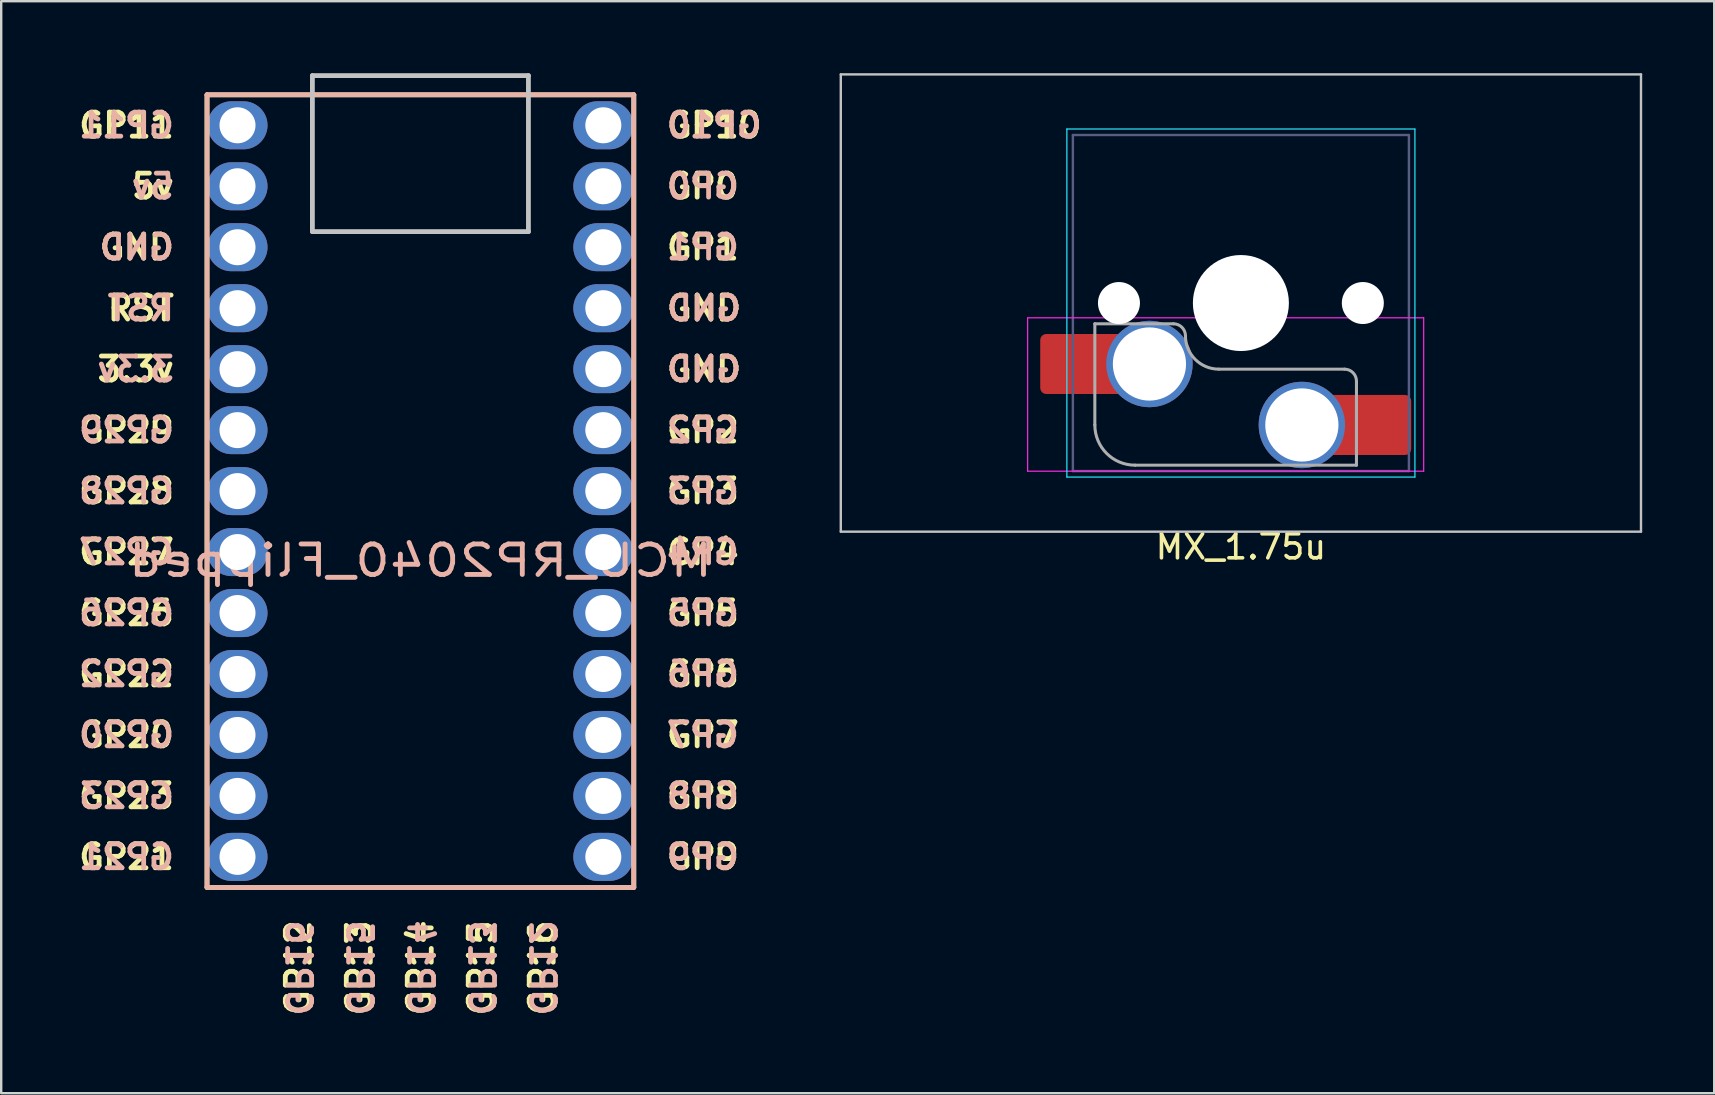
<source format=kicad_pcb>
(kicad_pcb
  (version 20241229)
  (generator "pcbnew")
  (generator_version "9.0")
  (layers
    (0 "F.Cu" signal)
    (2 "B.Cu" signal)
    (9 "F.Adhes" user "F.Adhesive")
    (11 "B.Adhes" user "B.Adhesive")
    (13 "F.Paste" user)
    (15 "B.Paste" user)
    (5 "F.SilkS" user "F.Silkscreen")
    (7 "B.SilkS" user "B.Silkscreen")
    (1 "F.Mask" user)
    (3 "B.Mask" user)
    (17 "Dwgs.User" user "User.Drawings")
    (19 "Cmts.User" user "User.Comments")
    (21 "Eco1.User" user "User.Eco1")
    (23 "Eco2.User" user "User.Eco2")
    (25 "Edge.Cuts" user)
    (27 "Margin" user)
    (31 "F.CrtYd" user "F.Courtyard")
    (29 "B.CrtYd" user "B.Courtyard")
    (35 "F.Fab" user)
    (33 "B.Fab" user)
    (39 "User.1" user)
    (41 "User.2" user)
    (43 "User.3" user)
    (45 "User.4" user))
  (footprint "MCU_RP2040_Flipped"
    (layer "F.Cu")
    (at 14.465 18.68)
    (property "Reference" "MCU_RP2040_Flipped" (at 0 1.625 0) (layer "B.SilkS") (effects (font (size 1.27 1.524) (thickness 0.203)) (justify mirror)))
    (attr through_hole)
    (fp_line (start -8.89 -17.78) (end -8.89 15.24) (stroke (width 0.2) (type solid)) (layer "F.SilkS"))
    (fp_line (start -8.89 15.24) (end 8.89 15.24) (stroke (width 0.2) (type solid)) (layer "F.SilkS"))
    (fp_line (start 8.89 -17.78) (end -8.89 -17.78) (stroke (width 0.2) (type solid)) (layer "F.SilkS"))
    (fp_line (start 8.89 15.24) (end 8.89 -17.78) (stroke (width 0.2) (type solid)) (layer "F.SilkS"))
    (fp_line (start -8.89 -17.78) (end -8.89 15.24) (stroke (width 0.2) (type solid)) (layer "B.SilkS"))
    (fp_line (start -8.89 15.24) (end 8.89 15.24) (stroke (width 0.2) (type solid)) (layer "B.SilkS"))
    (fp_line (start 8.89 -17.78) (end -8.89 -17.78) (stroke (width 0.2) (type solid)) (layer "B.SilkS"))
    (fp_line (start 8.89 15.24) (end 8.89 -17.78) (stroke (width 0.2) (type solid)) (layer "B.SilkS"))
    (fp_line (start -4.5 -18.58) (end -4.5 -12.08) (stroke (width 0.2) (type default)) (layer "Dwgs.User"))
    (fp_line (start -4.5 -18.58) (end 4.5 -18.58) (stroke (width 0.2) (type default)) (layer "Dwgs.User"))
    (fp_line (start -4.5 -12.08) (end 4.5 -12.08) (stroke (width 0.2) (type default)) (layer "Dwgs.User"))
    (fp_line (start 4.5 -18.58) (end 4.5 -12.08) (stroke (width 0.2) (type default)) (layer "Dwgs.User"))
    (fp_text user "GP2" (at 10.16 -3.81 0) (unlocked yes) (layer "F.SilkS") (effects (font (size 1 1) (thickness 0.2) (bold yes)) (justify left)))
    (fp_text user "GP10" (at 10.16 -16.51 0) (unlocked yes) (layer "F.SilkS") (effects (font (size 1 1) (thickness 0.2) (bold yes)) (justify left)))
    (fp_text user "GP3" (at 10.16 -1.27 0) (unlocked yes) (layer "F.SilkS") (effects (font (size 1 1) (thickness 0.2) (bold yes)) (justify left)))
    (fp_text user "GP20" (at -10.16 8.89 0) (unlocked yes) (layer "F.SilkS") (effects (font (size 1 1) (thickness 0.2) (bold yes)) (justify right)))
    (fp_text user "GP12" (at -5.08 16.51 90) (unlocked yes) (layer "F.SilkS") (effects (font (size 1 1) (thickness 0.2) (bold yes)) (justify right)))
    (fp_text user "GP26" (at -10.16 3.81 0) (unlocked yes) (layer "F.SilkS") (effects (font (size 1 1) (thickness 0.2) (bold yes)) (justify right)))
    (fp_text user "GP15" (at 2.54 16.51 90) (unlocked yes) (layer "F.SilkS") (effects (font (size 1 1) (thickness 0.2) (bold yes)) (justify right)))
    (fp_text user "GP9" (at 10.16 13.97 0) (unlocked yes) (layer "F.SilkS") (effects (font (size 1 1) (thickness 0.2) (bold yes)) (justify left)))
    (fp_text user "GP7" (at 10.16 8.89 0) (unlocked yes) (layer "F.SilkS") (effects (font (size 1 1) (thickness 0.2) (bold yes)) (justify left)))
    (fp_text user "GP28" (at -10.16 -1.27 0) (unlocked yes) (layer "F.SilkS") (effects (font (size 1 1) (thickness 0.2) (bold yes)) (justify right)))
    (fp_text user "GP0" (at 10.16 -13.97 0) (unlocked yes) (layer "F.SilkS") (effects (font (size 1 1) (thickness 0.2) (bold yes)) (justify left)))
    (fp_text user "GP8" (at 10.16 11.43 0) (unlocked yes) (layer "F.SilkS") (effects (font (size 1 1) (thickness 0.2) (bold yes)) (justify left)))
    (fp_text user "3.3v" (at -10.16 -6.35 0) (unlocked yes) (layer "F.SilkS") (effects (font (size 1 1) (thickness 0.2) (bold yes)) (justify right)))
    (fp_text user "5v" (at -10.16 -13.97 0) (unlocked yes) (layer "F.SilkS") (effects (font (size 1 1) (thickness 0.2) (bold yes)) (justify right)))
    (fp_text user "GND" (at 10.16 -8.89 0) (unlocked yes) (layer "F.SilkS") (effects (font (size 1 1) (thickness 0.2) (bold yes)) (justify left)))
    (fp_text user "GP14" (at 0 16.51 90) (unlocked yes) (layer "F.SilkS") (effects (font (size 1 1) (thickness 0.2) (bold yes)) (justify right)))
    (fp_text user "GP16" (at 5.08 16.51 90) (unlocked yes) (layer "F.SilkS") (effects (font (size 1 1) (thickness 0.2) (bold yes)) (justify right)))
    (fp_text user "RST" (at -10.16 -8.89 0) (unlocked yes) (layer "F.SilkS") (effects (font (size 1 1) (thickness 0.2) (bold yes)) (justify right)))
    (fp_text user "GP29" (at -10.16 -3.81 0) (unlocked yes) (layer "F.SilkS") (effects (font (size 1 1) (thickness 0.2) (bold yes)) (justify right)))
    (fp_text user "GP23" (at -10.16 11.43 0) (unlocked yes) (layer "F.SilkS") (effects (font (size 1 1) (thickness 0.2) (bold yes)) (justify right)))
    (fp_text user "GP13" (at -2.54 16.51 90) (unlocked yes) (layer "F.SilkS") (effects (font (size 1 1) (thickness 0.2) (bold yes)) (justify right)))
    (fp_text user "GP21" (at -10.16 13.97 0) (unlocked yes) (layer "F.SilkS") (effects (font (size 1 1) (thickness 0.2) (bold yes)) (justify right)))
    (fp_text user "GP6" (at 10.16 6.35 0) (unlocked yes) (layer "F.SilkS") (effects (font (size 1 1) (thickness 0.2) (bold yes)) (justify left)))
    (fp_text user "GP1" (at 10.16 -11.43 0) (unlocked yes) (layer "F.SilkS") (effects (font (size 1 1) (thickness 0.2) (bold yes)) (justify left)))
    (fp_text user "GP22" (at -10.16 6.35 0) (unlocked yes) (layer "F.SilkS") (effects (font (size 1 1) (thickness 0.2) (bold yes)) (justify right)))
    (fp_text user "GP4" (at 10.16 1.27 0) (unlocked yes) (layer "F.SilkS") (effects (font (size 1 1) (thickness 0.2) (bold yes)) (justify left)))
    (fp_text user "GP27" (at -10.16 1.27 0) (unlocked yes) (layer "F.SilkS") (effects (font (size 1 1) (thickness 0.2) (bold yes)) (justify right)))
    (fp_text user "GP11" (at -10.16 -16.51 0) (unlocked yes) (layer "F.SilkS") (effects (font (size 1 1) (thickness 0.2) (bold yes)) (justify right)))
    (fp_text user "GND" (at 10.16 -6.35 0) (unlocked yes) (layer "F.SilkS") (effects (font (size 1 1) (thickness 0.2) (bold yes)) (justify left)))
    (fp_text user "GP5" (at 10.16 3.81 0) (unlocked yes) (layer "F.SilkS") (effects (font (size 1 1) (thickness 0.2) (bold yes)) (justify left)))
    (fp_text user "GND" (at -10.16 -11.43 0) (unlocked yes) (layer "F.SilkS") (effects (font (size 1 1) (thickness 0.2) (bold yes)) (justify right)))
    (fp_text user "GP7" (at 10.16 8.89 0) (unlocked yes) (layer "B.SilkS") (effects (font (size 1 1) (thickness 0.2) (bold yes)) (justify right mirror)))
    (fp_text user "GP0" (at 10.16 -13.97 0) (unlocked yes) (layer "B.SilkS") (effects (font (size 1 1) (thickness 0.2) (bold yes)) (justify right mirror)))
    (fp_text user "5v" (at -10.16 -13.97 0) (unlocked yes) (layer "B.SilkS") (effects (font (size 1 1) (thickness 0.2) (bold yes)) (justify left mirror)))
    (fp_text user "GP13" (at 2.54 16.51 270) (unlocked yes) (layer "B.SilkS") (effects (font (size 1 1) (thickness 0.2) (bold yes)) (justify right mirror)))
    (fp_text user "GP16" (at -5.08 16.51 270) (unlocked yes) (layer "B.SilkS") (effects (font (size 1 1) (thickness 0.2) (bold yes)) (justify right mirror)))
    (fp_text user "GP28" (at -10.16 -1.27 0) (unlocked yes) (layer "B.SilkS") (effects (font (size 1 1) (thickness 0.2) (bold yes)) (justify left mirror)))
    (fp_text user "GND" (at -10.16 -11.43 0) (unlocked yes) (layer "B.SilkS") (effects (font (size 1 1) (thickness 0.2) (bold yes)) (justify left mirror)))
    (fp_text user "GP3" (at 10.16 -1.27 0) (unlocked yes) (layer "B.SilkS") (effects (font (size 1 1) (thickness 0.2) (bold yes)) (justify right mirror)))
    (fp_text user "GP10" (at 10.16 -16.51 0) (unlocked yes) (layer "B.SilkS") (effects (font (size 1 1) (thickness 0.2) (bold yes)) (justify right mirror)))
    (fp_text user "GP21" (at -10.16 13.97 0) (unlocked yes) (layer "B.SilkS") (effects (font (size 1 1) (thickness 0.2) (bold yes)) (justify left mirror)))
    (fp_text user "GP15" (at -2.54 16.51 270) (unlocked yes) (layer "B.SilkS") (effects (font (size 1 1) (thickness 0.2) (bold yes)) (justify right mirror)))
    (fp_text user "GND" (at 10.16 -6.35 0) (unlocked yes) (layer "B.SilkS") (effects (font (size 1 1) (thickness 0.2) (bold yes)) (justify right mirror)))
    (fp_text user "GP22" (at -10.16 6.35 0) (unlocked yes) (layer "B.SilkS") (effects (font (size 1 1) (thickness 0.2) (bold yes)) (justify left mirror)))
    (fp_text user "GP23" (at -10.16 11.43 0) (unlocked yes) (layer "B.SilkS") (effects (font (size 1 1) (thickness 0.2) (bold yes)) (justify left mirror)))
    (fp_text user "GP11" (at -10.16 -16.51 0) (unlocked yes) (layer "B.SilkS") (effects (font (size 1 1) (thickness 0.2) (bold yes)) (justify left mirror)))
    (fp_text user "3.3v" (at -10.16 -6.35 0) (unlocked yes) (layer "B.SilkS") (effects (font (size 1 1) (thickness 0.2) (bold yes)) (justify left mirror)))
    (fp_text user "GP8" (at 10.16 11.43 0) (unlocked yes) (layer "B.SilkS") (effects (font (size 1 1) (thickness 0.2) (bold yes)) (justify right mirror)))
    (fp_text user "GP14" (at 0 16.51 270) (unlocked yes) (layer "B.SilkS") (effects (font (size 1 1) (thickness 0.2) (bold yes)) (justify right mirror)))
    (fp_text user "GP27" (at -10.16 1.27 0) (unlocked yes) (layer "B.SilkS") (effects (font (size 1 1) (thickness 0.2) (bold yes)) (justify left mirror)))
    (fp_text user "GP12" (at 5.08 16.51 270) (unlocked yes) (layer "B.SilkS") (effects (font (size 1 1) (thickness 0.2) (bold yes)) (justify right mirror)))
    (fp_text user "GND" (at 10.16 -8.89 0) (unlocked yes) (layer "B.SilkS") (effects (font (size 1 1) (thickness 0.2) (bold yes)) (justify right mirror)))
    (fp_text user "GP29" (at -10.16 -3.81 0) (unlocked yes) (layer "B.SilkS") (effects (font (size 1 1) (thickness 0.2) (bold yes)) (justify left mirror)))
    (fp_text user "GP1" (at 10.16 -11.43 0) (unlocked yes) (layer "B.SilkS") (effects (font (size 1 1) (thickness 0.2) (bold yes)) (justify right mirror)))
    (fp_text user "RST" (at -10.16 -8.89 0) (unlocked yes) (layer "B.SilkS") (effects (font (size 1 1) (thickness 0.2) (bold yes)) (justify left mirror)))
    (fp_text user "GP20" (at -10.16 8.89 0) (unlocked yes) (layer "B.SilkS") (effects (font (size 1 1) (thickness 0.2) (bold yes)) (justify left mirror)))
    (fp_text user "GP2" (at 10.16 -3.81 0) (unlocked yes) (layer "B.SilkS") (effects (font (size 1 1) (thickness 0.2) (bold yes)) (justify right mirror)))
    (fp_text user "GP5" (at 10.16 3.81 0) (unlocked yes) (layer "B.SilkS") (effects (font (size 1 1) (thickness 0.2) (bold yes)) (justify right mirror)))
    (fp_text user "GP4" (at 10.16 1.27 0) (unlocked yes) (layer "B.SilkS") (effects (font (size 1 1) (thickness 0.2) (bold yes)) (justify right mirror)))
    (fp_text user "GP26" (at -10.16 3.81 0) (unlocked yes) (layer "B.SilkS") (effects (font (size 1 1) (thickness 0.2) (bold yes)) (justify left mirror)))
    (fp_text user "GP6" (at 10.16 6.35 0) (unlocked yes) (layer "B.SilkS") (effects (font (size 1 1) (thickness 0.2) (bold yes)) (justify right mirror)))
    (fp_text user "GP9" (at 10.16 13.97 0) (unlocked yes) (layer "B.SilkS") (effects (font (size 1 1) (thickness 0.2) (bold yes)) (justify right mirror)))
    (pad "1" thru_hole oval (at 7.62 -16.51 90) (size 2 2.5) (drill 1.5) (layers "*.Cu" "*.Mask"))
    (pad "2" thru_hole oval (at 7.62 -13.97 90) (size 2 2.5) (drill 1.5) (layers "*.Cu" "*.Mask"))
    (pad "3" thru_hole oval (at 7.62 -11.43 90) (size 2 2.5) (drill 1.5) (layers "*.Cu" "*.Mask"))
    (pad "4" thru_hole oval (at 7.62 -8.89 90) (size 2 2.5) (drill 1.5) (layers "*.Cu" "*.Mask"))
    (pad "5" thru_hole oval (at 7.62 -6.35 90) (size 2 2.5) (drill 1.5) (layers "*.Cu" "*.Mask"))
    (pad "6" thru_hole oval (at 7.62 -3.81 90) (size 2 2.5) (drill 1.5) (layers "*.Cu" "*.Mask"))
    (pad "7" thru_hole oval (at 7.62 -1.27 90) (size 2 2.5) (drill 1.5) (layers "*.Cu" "*.Mask"))
    (pad "8" thru_hole oval (at 7.62 1.27 90) (size 2 2.5) (drill 1.5) (layers "*.Cu" "*.Mask"))
    (pad "9" thru_hole oval (at 7.62 3.81 90) (size 2 2.5) (drill 1.5) (layers "*.Cu" "*.Mask"))
    (pad "10" thru_hole oval (at 7.62 6.35 90) (size 2 2.5) (drill 1.5) (layers "*.Cu" "*.Mask"))
    (pad "11" thru_hole oval (at 7.62 8.89 90) (size 2 2.5) (drill 1.5) (layers "*.Cu" "*.Mask"))
    (pad "12" thru_hole oval (at 7.62 11.43 90) (size 2 2.5) (drill 1.5) (layers "*.Cu" "*.Mask"))
    (pad "13" thru_hole oval (at 7.62 13.97 90) (size 2 2.5) (drill 1.5) (layers "*.Cu" "*.Mask"))
    (pad "19" thru_hole oval (at -7.62 13.97 90) (size 2 2.5) (drill 1.5) (layers "*.Cu" "*.Mask"))
    (pad "20" thru_hole oval (at -7.62 11.43 90) (size 2 2.5) (drill 1.5) (layers "*.Cu" "*.Mask"))
    (pad "21" thru_hole oval (at -7.62 8.89 90) (size 2 2.5) (drill 1.5) (layers "*.Cu" "*.Mask"))
    (pad "22" thru_hole oval (at -7.62 6.35 90) (size 2 2.5) (drill 1.5) (layers "*.Cu" "*.Mask"))
    (pad "23" thru_hole oval (at -7.62 3.81 90) (size 2 2.5) (drill 1.5) (layers "*.Cu" "*.Mask"))
    (pad "24" thru_hole oval (at -7.62 1.27 90) (size 2 2.5) (drill 1.5) (layers "*.Cu" "*.Mask"))
    (pad "25" thru_hole oval (at -7.62 -1.27 90) (size 2 2.5) (drill 1.5) (layers "*.Cu" "*.Mask"))
    (pad "26" thru_hole oval (at -7.62 -3.81 90) (size 2 2.5) (drill 1.5) (layers "*.Cu" "*.Mask"))
    (pad "27" thru_hole oval (at -7.62 -6.35 90) (size 2 2.5) (drill 1.5) (layers "*.Cu" "*.Mask"))
    (pad "28" thru_hole oval (at -7.62 -8.89 90) (size 2 2.5) (drill 1.5) (layers "*.Cu" "*.Mask"))
    (pad "29" thru_hole oval (at -7.62 -11.43 90) (size 2 2.5) (drill 1.5) (layers "*.Cu" "*.Mask"))
    (pad "30" thru_hole oval (at -7.62 -13.97 90) (size 2 2.5) (drill 1.5) (layers "*.Cu" "*.Mask"))
    (pad "31" thru_hole oval (at -7.62 -16.51 90) (size 2 2.5) (drill 1.5) (layers "*.Cu" "*.Mask")))
  (footprint "MX_1.75u"
    (layer "F.Cu")
    (at 48.013 13.385)
    (property "Reference" "MX_1.75u" (at 0.635 6.35 0) (layer "F.SilkS") (effects (font (size 1 1) (thickness 0.15))))
    (attr smd)
    (fp_line (start -16.034 -13.335) (end -16.034 5.715) (stroke (width 0.1) (type solid)) (layer "Dwgs.User"))
    (fp_line (start -16.034 5.715) (end 17.304 5.715) (stroke (width 0.1) (type solid)) (layer "Dwgs.User"))
    (fp_line (start 17.304 -13.335) (end -16.034 -13.335) (stroke (width 0.1) (type solid)) (layer "Dwgs.User"))
    (fp_line (start 17.304 5.715) (end 17.304 -13.335) (stroke (width 0.1) (type solid)) (layer "Dwgs.User"))
    (fp_line (start -6.615 -11.06) (end -6.615 3.44) (stroke (width 0.05) (type solid)) (layer "B.CrtYd"))
    (fp_line (start -6.615 3.44) (end 7.885 3.44) (stroke (width 0.05) (type solid)) (layer "B.CrtYd"))
    (fp_line (start 7.885 -11.06) (end -6.615 -11.06) (stroke (width 0.05) (type solid)) (layer "B.CrtYd"))
    (fp_line (start 7.885 3.44) (end 7.885 -11.06) (stroke (width 0.05) (type solid)) (layer "B.CrtYd"))
    (fp_line (start -8.25 -3.195) (end 8.25 -3.195) (stroke (width 0.05) (type solid)) (layer "F.CrtYd"))
    (fp_line (start -8.25 3.195) (end -8.25 -3.195) (stroke (width 0.05) (type solid)) (layer "F.CrtYd"))
    (fp_line (start 8.25 -3.195) (end 8.25 3.195) (stroke (width 0.05) (type solid)) (layer "F.CrtYd"))
    (fp_line (start 8.25 3.195) (end -8.25 3.195) (stroke (width 0.05) (type solid)) (layer "F.CrtYd"))
    (fp_line (start -6.365 -10.81) (end -6.365 3.19) (stroke (width 0.1) (type solid)) (layer "B.Fab"))
    (fp_line (start -6.365 3.19) (end 7.635 3.19) (stroke (width 0.1) (type solid)) (layer "B.Fab"))
    (fp_line (start 7.635 -10.81) (end -6.365 -10.81) (stroke (width 0.1) (type solid)) (layer "B.Fab"))
    (fp_line (start 7.635 3.19) (end 7.635 -10.81) (stroke (width 0.1) (type solid)) (layer "B.Fab"))
    (fp_line (start -5.45 -2.945) (end -2.175 -2.945) (stroke (width 0.127) (type solid)) (layer "F.Fab"))
    (fp_line (start -5.45 1.27) (end -5.45 -2.945) (stroke (width 0.127) (type solid)) (layer "F.Fab"))
    (fp_line (start -0.285 -1.055) (end 4.95 -1.055) (stroke (width 0.127) (type solid)) (layer "F.Fab"))
    (fp_line (start 5.45 -0.555) (end 5.45 2.945) (stroke (width 0.127) (type solid)) (layer "F.Fab"))
    (fp_line (start 5.45 2.945) (end -3.775 2.945) (stroke (width 0.127) (type solid)) (layer "F.Fab"))
    (fp_arc (start -3.775 2.945) (mid -4.959404 2.454404) (end -5.45 1.27) (stroke (width 0.127) (type solid)) (layer "F.Fab"))
    (fp_arc (start -2.175 -2.945) (mid -1.821447 -2.798553) (end -1.675 -2.445) (stroke (width 0.127) (type solid)) (layer "F.Fab"))
    (fp_arc (start -0.285 -1.055) (mid -1.267878 -1.462122) (end -1.675 -2.445) (stroke (width 0.127) (type solid)) (layer "F.Fab"))
    (fp_arc (start 4.95 -1.055) (mid 5.303553 -0.908553) (end 5.45 -0.555) (stroke (width 0.127) (type solid)) (layer "F.Fab"))
    (pad "" np_thru_hole circle (at -4.445 -3.81 180) (size 1.75 1.75) (drill 1.75) (layers "*.Cu" "*.Mask"))
    (pad "" np_thru_hole circle (at 0.635 -3.81 180) (size 4 4) (drill 4) (layers "*.Cu" "*.Mask"))
    (pad "" np_thru_hole circle (at 5.715 -3.81 180) (size 1.75 1.75) (drill 1.75) (layers "*.Cu" "*.Mask"))
    (pad "1" smd roundrect (at -5.95 -1.27 180) (size 3.55 2.5) (layers "F.Cu") (roundrect_rratio 0.1))
    (pad "1" thru_hole circle (at -3.175 -1.27 180) (size 3.6 3.6) (drill 3.05) (layers "*.Cu" "*.Mask"))
    (pad "2" thru_hole circle (at 3.175 1.27 180) (size 3.6 3.6) (drill 3.05) (layers "*.Cu" "*.Mask"))
    (pad "2" smd roundrect (at 5.955 1.27 180) (size 3.55 2.5) (layers "F.Cu") (roundrect_rratio 0.1)))
  (gr_rect
    (start -3 -3)
    (end 68.367 42.495)
    (stroke (width 0.1) (type default))
    (fill no)
    (layer "Edge.Cuts")))
</source>
